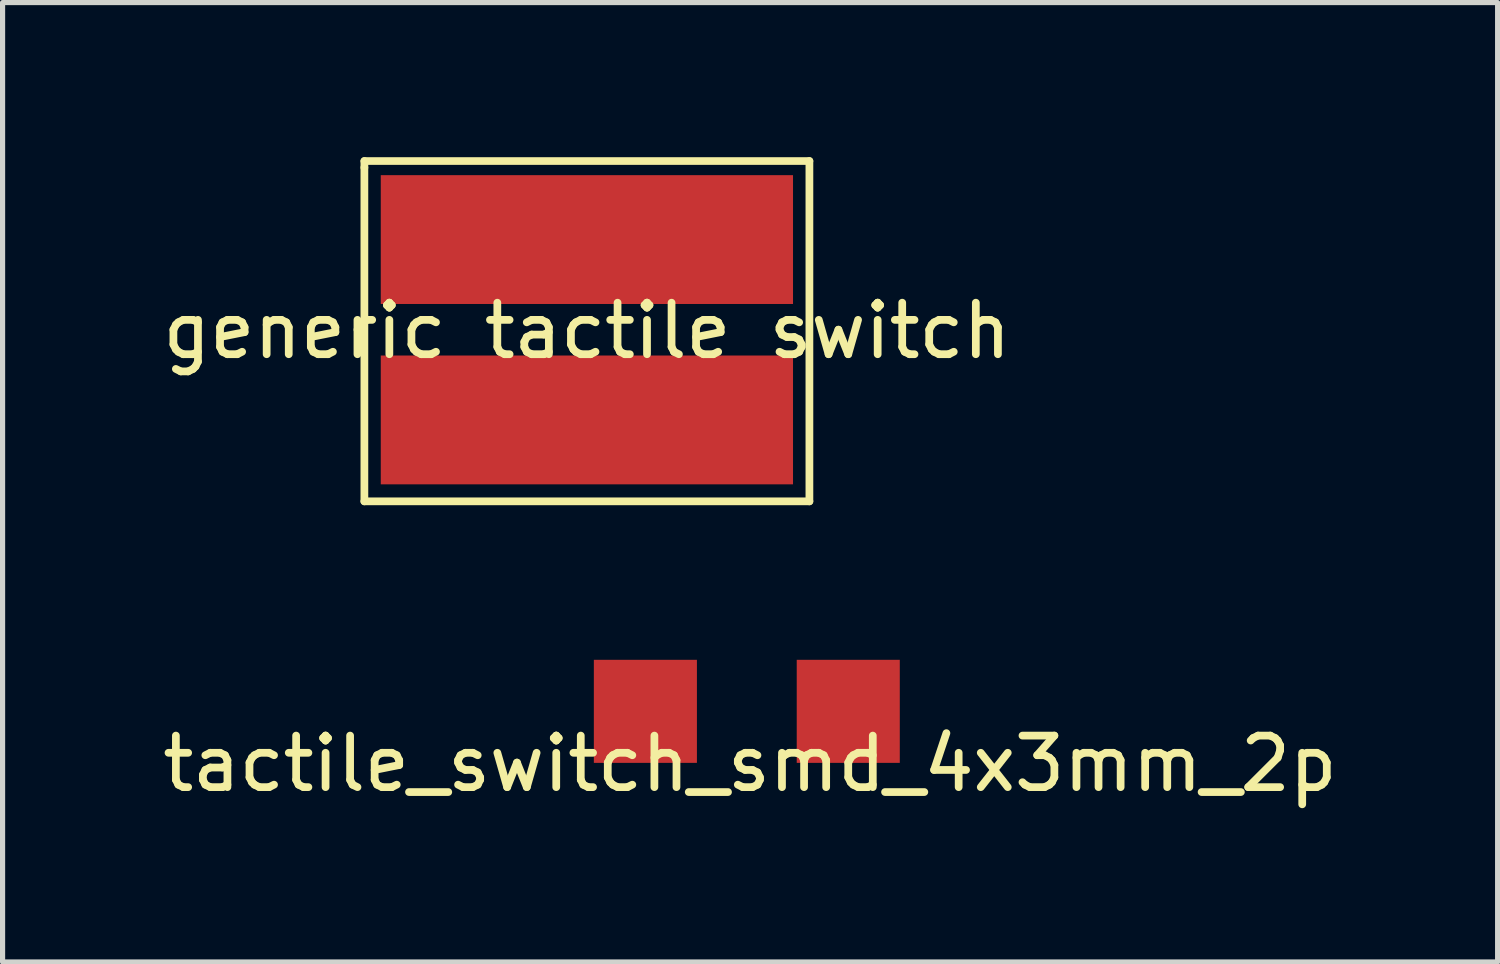
<source format=kicad_pcb>
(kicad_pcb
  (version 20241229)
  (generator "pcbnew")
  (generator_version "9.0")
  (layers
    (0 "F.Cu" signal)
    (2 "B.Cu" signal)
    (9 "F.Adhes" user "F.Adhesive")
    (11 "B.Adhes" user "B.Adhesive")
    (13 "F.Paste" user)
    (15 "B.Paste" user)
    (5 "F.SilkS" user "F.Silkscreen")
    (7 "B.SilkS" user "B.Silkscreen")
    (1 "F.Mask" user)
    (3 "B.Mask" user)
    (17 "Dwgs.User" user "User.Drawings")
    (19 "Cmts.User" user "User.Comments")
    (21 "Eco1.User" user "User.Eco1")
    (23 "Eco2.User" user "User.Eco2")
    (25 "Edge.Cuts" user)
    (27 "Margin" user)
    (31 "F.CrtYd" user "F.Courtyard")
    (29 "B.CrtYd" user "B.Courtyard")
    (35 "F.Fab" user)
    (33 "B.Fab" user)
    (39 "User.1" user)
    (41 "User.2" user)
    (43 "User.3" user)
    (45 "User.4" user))
  (footprint "tactile_switch_smd_4x3mm_2p"
    (layer "F.Cu")
    (at 11.506 10.754)
    (property "Reference" "tactile_switch_smd_4x3mm_2p" (at 0 1.016 0) (layer "F.SilkS") (effects (font (size 1 1) (thickness 0.15))))
    (attr through_hole)
    (pad "1" smd rect (at -2.032 0) (size 2 2) (layers "F.Cu" "F.Mask" "F.Paste"))
    (pad "2" smd rect (at 1.905 0) (size 2 2) (layers "F.Cu" "F.Mask" "F.Paste")))
  (footprint "generic tactile switch"
    (layer "F.Cu")
    (at 8.339 2.869)
    (property "Reference" "generic tactile switch" (at 0 0.5 0) (layer "F.SilkS") (effects (font (size 1 1) (thickness 0.15))))
    (attr through_hole)
    (fp_line (start -4.318 -2.794) (end 4.318 -2.794) (stroke (width 0.15) (type solid)) (layer "F.SilkS"))
    (fp_line (start -4.318 -2.667) (end -4.318 -2.794) (stroke (width 0.15) (type solid)) (layer "F.SilkS"))
    (fp_line (start -4.318 3.81) (end -4.318 -2.667) (stroke (width 0.15) (type solid)) (layer "F.SilkS"))
    (fp_line (start 4.318 -2.794) (end 4.318 3.81) (stroke (width 0.15) (type solid)) (layer "F.SilkS"))
    (fp_line (start 4.318 3.81) (end -4.318 3.81) (stroke (width 0.15) (type solid)) (layer "F.SilkS"))
    (pad "1" smd rect (at 0 -1.27) (size 8 2.5) (layers "F.Cu" "F.Mask" "F.Paste"))
    (pad "2" smd rect (at 0 2.23) (size 8 2.5) (layers "F.Cu" "F.Mask" "F.Paste")))
  (gr_rect
    (start -3 -3)
    (end 26.012 15.618)
    (stroke (width 0.1) (type default))
    (fill no)
    (layer "Edge.Cuts")))
</source>
